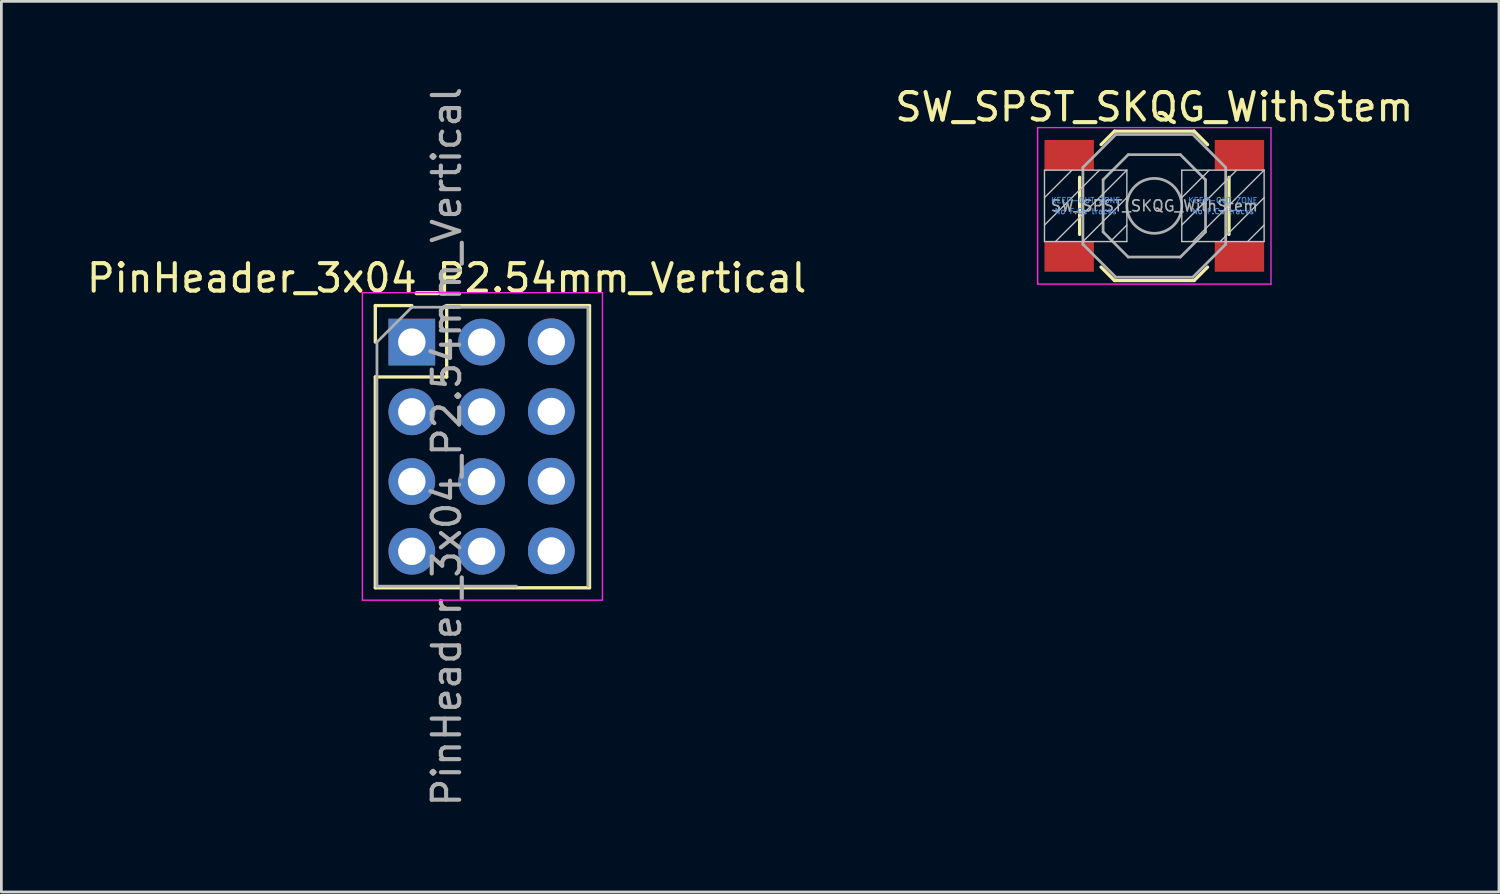
<source format=kicad_pcb>
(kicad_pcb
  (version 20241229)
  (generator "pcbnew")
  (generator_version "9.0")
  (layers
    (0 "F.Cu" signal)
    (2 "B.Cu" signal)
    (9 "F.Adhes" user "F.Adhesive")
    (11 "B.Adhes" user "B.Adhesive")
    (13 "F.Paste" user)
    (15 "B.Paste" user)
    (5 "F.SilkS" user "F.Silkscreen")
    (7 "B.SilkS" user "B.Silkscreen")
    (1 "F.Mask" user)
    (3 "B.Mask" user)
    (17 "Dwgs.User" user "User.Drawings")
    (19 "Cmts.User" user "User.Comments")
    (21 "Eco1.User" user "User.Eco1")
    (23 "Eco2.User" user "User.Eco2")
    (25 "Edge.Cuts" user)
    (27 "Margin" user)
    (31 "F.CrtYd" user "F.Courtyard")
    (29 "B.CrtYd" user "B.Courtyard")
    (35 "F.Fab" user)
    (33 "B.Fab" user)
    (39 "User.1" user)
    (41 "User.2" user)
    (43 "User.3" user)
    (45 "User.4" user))
  (footprint "PinHeader_3x04_P2.54mm_Vertical"
    (layer "F.Cu")
    (at 14.49 9.41)
    (property "Reference" "PinHeader_3x04_P2.54mm_Vertical" (at -1.27 -2.33 0) (layer "F.SilkS") (effects (font (size 1 1) (thickness 0.15))))
    (attr through_hole)
    (fp_line (start -3.87 -1.33) (end -2.54 -1.33) (stroke (width 0.12) (type solid)) (layer "F.SilkS"))
    (fp_line (start -3.87 0) (end -3.87 -1.33) (stroke (width 0.12) (type solid)) (layer "F.SilkS"))
    (fp_line (start -3.87 1.27) (end -3.87 8.95) (stroke (width 0.12) (type solid)) (layer "F.SilkS"))
    (fp_line (start -3.87 1.27) (end -1.27 1.27) (stroke (width 0.12) (type solid)) (layer "F.SilkS"))
    (fp_line (start -3.87 8.95) (end 3.933 8.95) (stroke (width 0.12) (type solid)) (layer "F.SilkS"))
    (fp_line (start -1.27 -1.33) (end 3.933 -1.33) (stroke (width 0.12) (type solid)) (layer "F.SilkS"))
    (fp_line (start -1.27 1.27) (end -1.27 -1.33) (stroke (width 0.12) (type solid)) (layer "F.SilkS"))
    (fp_line (start 3.933 -1.33) (end 3.933 8.947) (stroke (width 0.12) (type solid)) (layer "F.SilkS"))
    (fp_line (start -4.34 -1.8) (end -4.34 9.4) (stroke (width 0.05) (type solid)) (layer "F.CrtYd"))
    (fp_line (start -4.34 9.4) (end 4.404 9.4) (stroke (width 0.05) (type solid)) (layer "F.CrtYd"))
    (fp_line (start 4.404 -1.8) (end -4.34 -1.8) (stroke (width 0.05) (type solid)) (layer "F.CrtYd"))
    (fp_line (start 4.404 9.384) (end 4.404 -1.8) (stroke (width 0.05) (type solid)) (layer "F.CrtYd"))
    (fp_line (start -3.81 0) (end -2.54 -1.27) (stroke (width 0.1) (type solid)) (layer "F.Fab"))
    (fp_line (start -3.81 8.89) (end -3.81 0) (stroke (width 0.1) (type solid)) (layer "F.Fab"))
    (fp_line (start -2.54 -1.27) (end 3.873 -1.27) (stroke (width 0.1) (type solid)) (layer "F.Fab"))
    (fp_line (start 1.27 8.89) (end -3.81 8.89) (stroke (width 0.1) (type solid)) (layer "F.Fab"))
    (fp_line (start 3.873 -1.27) (end 3.873 8.89) (stroke (width 0.1) (type solid)) (layer "F.Fab"))
    (fp_text user "${REFERENCE}" (at -1.27 3.81 90) (layer "F.Fab") (effects (font (size 1 1) (thickness 0.15))))
    (pad "1" thru_hole rect (at -2.54 0) (size 1.7 1.7) (drill 1) (layers "*.Cu" "*.Mask"))
    (pad "2" thru_hole oval (at -2.54 2.54) (size 1.7 1.7) (drill 1) (layers "*.Cu" "*.Mask"))
    (pad "3" thru_hole oval (at -2.54 5.08) (size 1.7 1.7) (drill 1) (layers "*.Cu" "*.Mask"))
    (pad "4" thru_hole oval (at -2.54 7.62) (size 1.7 1.7) (drill 1) (layers "*.Cu" "*.Mask"))
    (pad "GND" thru_hole oval (at 2.54 -0.013) (size 1.7 1.7) (drill 1) (layers "*.Cu" "*.Mask"))
    (pad "GND" thru_hole oval (at 2.54 2.527) (size 1.7 1.7) (drill 1) (layers "*.Cu" "*.Mask"))
    (pad "GND" thru_hole oval (at 2.54 5.067) (size 1.7 1.7) (drill 1) (layers "*.Cu" "*.Mask"))
    (pad "GND" thru_hole oval (at 2.54 7.607) (size 1.7 1.7) (drill 1) (layers "*.Cu" "*.Mask"))
    (pad "VCC" thru_hole oval (at 0 0) (size 1.7 1.7) (drill 1) (layers "*.Cu" "*.Mask"))
    (pad "VCC" thru_hole oval (at 0 2.54) (size 1.7 1.7) (drill 1) (layers "*.Cu" "*.Mask"))
    (pad "VCC" thru_hole oval (at 0 5.08) (size 1.7 1.7) (drill 1) (layers "*.Cu" "*.Mask"))
    (pad "VCC" thru_hole oval (at 0 7.62) (size 1.7 1.7) (drill 1) (layers "*.Cu" "*.Mask")))
  (footprint "SW_SPST_SKQG_WithStem"
    (layer "F.Cu")
    (at 38.994 4.448)
    (property "Reference" "SW_SPST_SKQG_WithStem" (at 0 -3.6 0) (layer "F.SilkS") (effects (font (size 1 1) (thickness 0.15))))
    (attr smd)
    (fp_line (start -2.72 1.04) (end -2.72 -1.04) (stroke (width 0.12) (type solid)) (layer "F.SilkS"))
    (fp_line (start -1.45 -2.72) (end -1.94 -2.23) (stroke (width 0.12) (type solid)) (layer "F.SilkS"))
    (fp_line (start -1.45 -2.72) (end 1.45 -2.72) (stroke (width 0.12) (type solid)) (layer "F.SilkS"))
    (fp_line (start -1.45 2.72) (end -1.94 2.23) (stroke (width 0.12) (type solid)) (layer "F.SilkS"))
    (fp_line (start -1.45 2.72) (end 1.45 2.72) (stroke (width 0.12) (type solid)) (layer "F.SilkS"))
    (fp_line (start 1.45 -2.72) (end 1.94 -2.23) (stroke (width 0.12) (type solid)) (layer "F.SilkS"))
    (fp_line (start 1.45 2.72) (end 1.94 2.23) (stroke (width 0.12) (type solid)) (layer "F.SilkS"))
    (fp_line (start 2.72 1.04) (end 2.72 -1.04) (stroke (width 0.12) (type solid)) (layer "F.SilkS"))
    (fp_line (start -4 -1.3) (end -1 -1.3) (stroke (width 0.05) (type solid)) (layer "Dwgs.User"))
    (fp_line (start -4 -0.3) (end -3 -1.3) (stroke (width 0.05) (type solid)) (layer "Dwgs.User"))
    (fp_line (start -4 0.7) (end -2 -1.3) (stroke (width 0.05) (type solid)) (layer "Dwgs.User"))
    (fp_line (start -4 1.3) (end -4 -1.3) (stroke (width 0.05) (type solid)) (layer "Dwgs.User"))
    (fp_line (start -2.6 1.3) (end -1 -0.3) (stroke (width 0.05) (type solid)) (layer "Dwgs.User"))
    (fp_line (start -1 -1.3) (end -3.6 1.3) (stroke (width 0.05) (type solid)) (layer "Dwgs.User"))
    (fp_line (start -1 -1.3) (end -1 1.3) (stroke (width 0.05) (type solid)) (layer "Dwgs.User"))
    (fp_line (start -1 0.7) (end -1.6 1.3) (stroke (width 0.05) (type solid)) (layer "Dwgs.User"))
    (fp_line (start -1 1.3) (end -4 1.3) (stroke (width 0.05) (type solid)) (layer "Dwgs.User"))
    (fp_line (start 1 -1.3) (end 4 -1.3) (stroke (width 0.05) (type solid)) (layer "Dwgs.User"))
    (fp_line (start 1 -0.3) (end 2 -1.3) (stroke (width 0.05) (type solid)) (layer "Dwgs.User"))
    (fp_line (start 1 0.7) (end 3 -1.3) (stroke (width 0.05) (type solid)) (layer "Dwgs.User"))
    (fp_line (start 1 1.3) (end 1 -1.3) (stroke (width 0.05) (type solid)) (layer "Dwgs.User"))
    (fp_line (start 2.4 1.3) (end 4 -0.3) (stroke (width 0.05) (type solid)) (layer "Dwgs.User"))
    (fp_line (start 4 -1.3) (end 1.4 1.3) (stroke (width 0.05) (type solid)) (layer "Dwgs.User"))
    (fp_line (start 4 -1.3) (end 4 1.3) (stroke (width 0.05) (type solid)) (layer "Dwgs.User"))
    (fp_line (start 4 0.7) (end 3.4 1.3) (stroke (width 0.05) (type solid)) (layer "Dwgs.User"))
    (fp_line (start 4 1.3) (end 1 1.3) (stroke (width 0.05) (type solid)) (layer "Dwgs.User"))
    (fp_line (start -4.25 -2.85) (end -4.25 2.85) (stroke (width 0.05) (type solid)) (layer "F.CrtYd"))
    (fp_line (start -4.25 2.85) (end 4.25 2.85) (stroke (width 0.05) (type solid)) (layer "F.CrtYd"))
    (fp_line (start 4.25 -2.85) (end -4.25 -2.85) (stroke (width 0.05) (type solid)) (layer "F.CrtYd"))
    (fp_line (start 4.25 2.85) (end 4.25 -2.85) (stroke (width 0.05) (type solid)) (layer "F.CrtYd"))
    (fp_line (start -2.6 -1.4) (end -1.4 -2.6) (stroke (width 0.1) (type solid)) (layer "F.Fab"))
    (fp_line (start -2.6 1.4) (end -2.6 -1.4) (stroke (width 0.1) (type solid)) (layer "F.Fab"))
    (fp_line (start -1.865 0.95) (end -1.865 -0.95) (stroke (width 0.1) (type solid)) (layer "F.Fab"))
    (fp_line (start -1.4 -2.6) (end 1.4 -2.6) (stroke (width 0.1) (type solid)) (layer "F.Fab"))
    (fp_line (start -1.4 2.6) (end -2.6 1.4) (stroke (width 0.1) (type solid)) (layer "F.Fab"))
    (fp_line (start -0.95 -1.865) (end -1.865 -0.95) (stroke (width 0.1) (type solid)) (layer "F.Fab"))
    (fp_line (start -0.95 -1.865) (end 0.95 -1.865) (stroke (width 0.1) (type solid)) (layer "F.Fab"))
    (fp_line (start -0.95 1.865) (end -1.865 0.95) (stroke (width 0.1) (type solid)) (layer "F.Fab"))
    (fp_line (start 0.95 -1.865) (end 1.865 -0.95) (stroke (width 0.1) (type solid)) (layer "F.Fab"))
    (fp_line (start 0.95 1.865) (end -0.95 1.865) (stroke (width 0.1) (type solid)) (layer "F.Fab"))
    (fp_line (start 0.95 1.865) (end 1.865 0.95) (stroke (width 0.1) (type solid)) (layer "F.Fab"))
    (fp_line (start 1.4 -2.6) (end 2.6 -1.4) (stroke (width 0.1) (type solid)) (layer "F.Fab"))
    (fp_line (start 1.4 2.6) (end -1.4 2.6) (stroke (width 0.1) (type solid)) (layer "F.Fab"))
    (fp_line (start 1.865 -0.95) (end 1.865 0.95) (stroke (width 0.1) (type solid)) (layer "F.Fab"))
    (fp_line (start 2.6 -1.4) (end 2.6 1.4) (stroke (width 0.1) (type solid)) (layer "F.Fab"))
    (fp_line (start 2.6 1.4) (end 1.4 2.6) (stroke (width 0.1) (type solid)) (layer "F.Fab"))
    (fp_circle (center 0 0) (end 1 0) (stroke (width 0.1) (type solid)) (fill no) (layer "F.Fab"))
    (fp_text user "No F.Cu tracks" (at -2.5 0.2 0) (layer "Cmts.User") (effects (font (size 0.2 0.2) (thickness 0.03))))
    (fp_text user "KEEP-OUT ZONE" (at 2.5 -0.2 0) (layer "Cmts.User") (effects (font (size 0.2 0.2) (thickness 0.03))))
    (fp_text user "KEEP-OUT ZONE" (at -2.5 -0.2 0) (layer "Cmts.User") (effects (font (size 0.2 0.2) (thickness 0.03))))
    (fp_text user "No F.Cu tracks" (at 2.5 0.2 0) (layer "Cmts.User") (effects (font (size 0.2 0.2) (thickness 0.03))))
    (fp_text user "${REFERENCE}" (at 0 0 0) (layer "F.Fab") (effects (font (size 0.4 0.4) (thickness 0.06))))
    (pad "1" smd rect (at -3.1 -1.85) (size 1.8 1.1) (layers "F.Cu" "F.Mask" "F.Paste"))
    (pad "1" smd rect (at 3.1 -1.85) (size 1.8 1.1) (layers "F.Cu" "F.Mask" "F.Paste"))
    (pad "2" smd rect (at -3.1 1.85) (size 1.8 1.1) (layers "F.Cu" "F.Mask" "F.Paste"))
    (pad "2" smd rect (at 3.1 1.85) (size 1.8 1.1) (layers "F.Cu" "F.Mask" "F.Paste")))
  (gr_rect
    (start -3 -3)
    (end 51.548 29.44)
    (stroke (width 0.1) (type default))
    (fill no)
    (layer "Edge.Cuts")))
</source>
